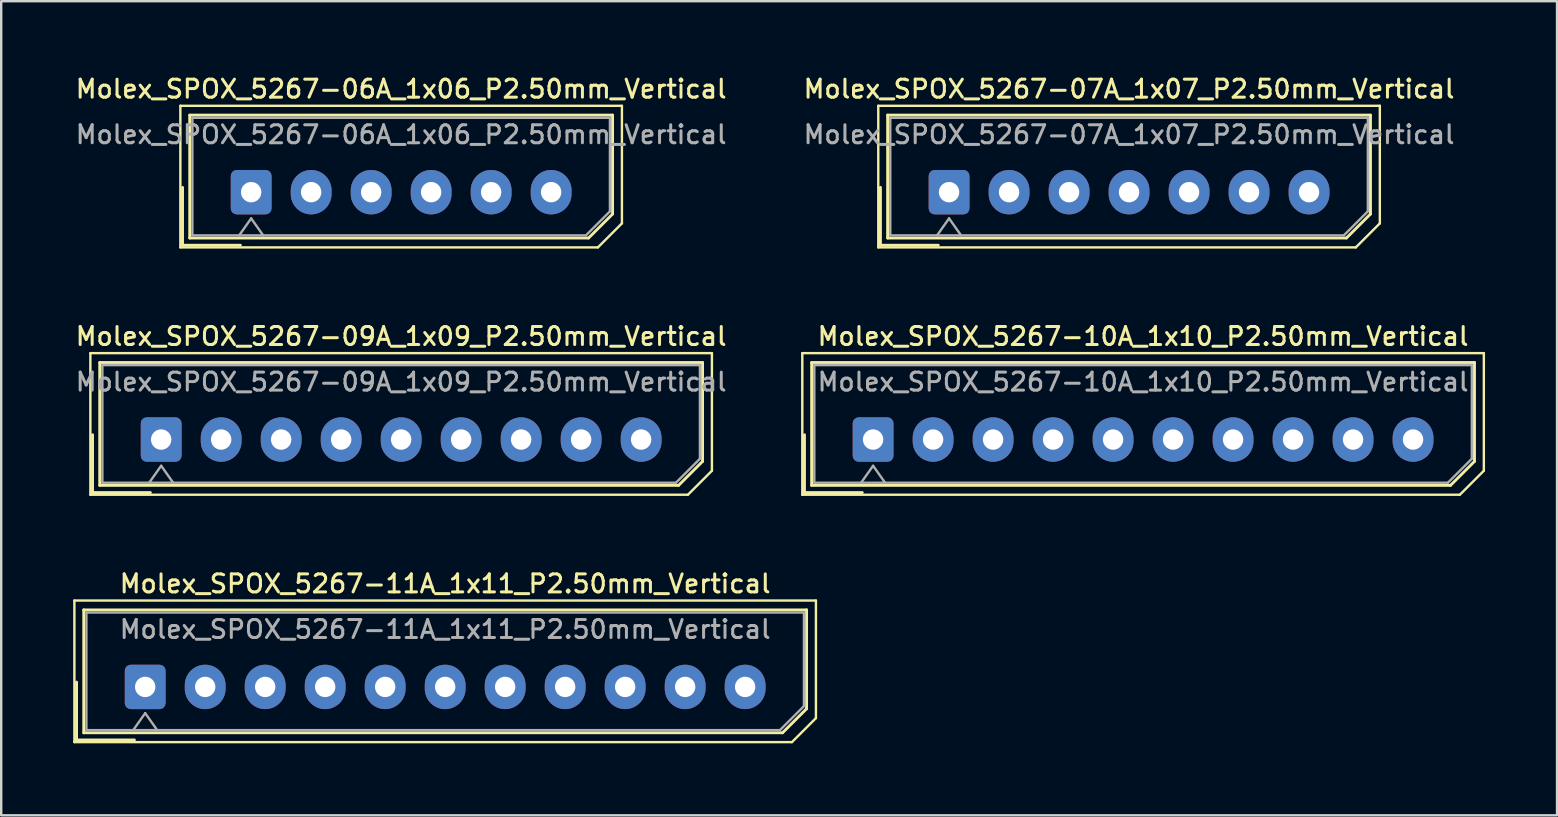
<source format=kicad_pcb>
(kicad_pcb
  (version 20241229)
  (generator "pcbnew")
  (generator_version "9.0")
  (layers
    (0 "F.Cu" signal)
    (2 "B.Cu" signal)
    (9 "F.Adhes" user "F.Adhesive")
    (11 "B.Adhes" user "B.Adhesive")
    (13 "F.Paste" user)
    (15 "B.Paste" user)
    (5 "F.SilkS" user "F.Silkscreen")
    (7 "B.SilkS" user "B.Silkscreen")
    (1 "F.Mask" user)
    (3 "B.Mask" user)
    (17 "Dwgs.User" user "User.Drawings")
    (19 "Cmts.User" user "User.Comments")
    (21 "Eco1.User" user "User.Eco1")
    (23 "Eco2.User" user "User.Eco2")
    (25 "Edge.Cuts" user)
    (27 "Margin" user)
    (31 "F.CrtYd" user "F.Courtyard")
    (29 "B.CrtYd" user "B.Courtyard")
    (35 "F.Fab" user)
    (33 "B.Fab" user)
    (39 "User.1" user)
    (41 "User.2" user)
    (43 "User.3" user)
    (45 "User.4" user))
  (footprint "Molex_SPOX_5267-07A_1x07_P2.50mm_Vertical"
    (layer "F.Cu")
    (at 36.498 4.958)
    (property "Reference" "Molex_SPOX_5267-07A_1x07_P2.50mm_Vertical" (at 7.5 -4.3 0) (layer "F.SilkS") (effects (font (size 0.75 0.75) (thickness 0.125))))
    (attr through_hole)
    (fp_line (start -2.95 -3.6) (end -2.95 2.3) (stroke (width 0.1) (type solid)) (layer "F.SilkS"))
    (fp_line (start -2.95 2.3) (end 16.95 2.3) (stroke (width 0.1) (type solid)) (layer "F.SilkS"))
    (fp_line (start -2.86 -0.2) (end -2.86 2.21) (stroke (width 0.12) (type solid)) (layer "F.SilkS"))
    (fp_line (start -2.86 2.21) (end -0.45 2.21) (stroke (width 0.12) (type solid)) (layer "F.SilkS"))
    (fp_line (start -2.56 -3.21) (end -2.56 1.91) (stroke (width 0.12) (type solid)) (layer "F.SilkS"))
    (fp_line (start -2.56 1.91) (end 16.56 1.91) (stroke (width 0.12) (type solid)) (layer "F.SilkS"))
    (fp_line (start 16.56 1.91) (end 17.56 0.91) (stroke (width 0.12) (type solid)) (layer "F.SilkS"))
    (fp_line (start 16.95 2.3) (end 17.95 1.3) (stroke (width 0.1) (type solid)) (layer "F.SilkS"))
    (fp_line (start 17.56 -3.21) (end -2.56 -3.21) (stroke (width 0.12) (type solid)) (layer "F.SilkS"))
    (fp_line (start 17.56 0.91) (end 17.56 -3.21) (stroke (width 0.12) (type solid)) (layer "F.SilkS"))
    (fp_line (start 17.95 -3.6) (end -2.95 -3.6) (stroke (width 0.1) (type solid)) (layer "F.SilkS"))
    (fp_line (start 17.95 1.3) (end 17.95 -3.6) (stroke (width 0.1) (type solid)) (layer "F.SilkS"))
    (fp_line (start -2.45 -3.1) (end -2.45 1.8) (stroke (width 0.1) (type solid)) (layer "F.Fab"))
    (fp_line (start -2.45 1.8) (end 16.45 1.8) (stroke (width 0.1) (type solid)) (layer "F.Fab"))
    (fp_line (start -0.5 1.8) (end 0 1.093) (stroke (width 0.1) (type solid)) (layer "F.Fab"))
    (fp_line (start 0 1.093) (end 0.5 1.8) (stroke (width 0.1) (type solid)) (layer "F.Fab"))
    (fp_line (start 16.45 1.8) (end 17.45 0.8) (stroke (width 0.1) (type solid)) (layer "F.Fab"))
    (fp_line (start 17.45 -3.1) (end -2.45 -3.1) (stroke (width 0.1) (type solid)) (layer "F.Fab"))
    (fp_line (start 17.45 0.8) (end 17.45 -3.1) (stroke (width 0.1) (type solid)) (layer "F.Fab"))
    (fp_text user "${REFERENCE}" (at 7.5 -2.4 0) (layer "F.Fab") (effects (font (size 0.75 0.75) (thickness 0.125))))
    (pad "1" thru_hole roundrect (at 0 0) (size 1.7 1.85) (drill 0.85) (layers "*.Cu" "*.Mask") (roundrect_rratio 0.147))
    (pad "2" thru_hole oval (at 2.5 0) (size 1.7 1.85) (drill 0.85) (layers "*.Cu" "*.Mask"))
    (pad "3" thru_hole oval (at 5 0) (size 1.7 1.85) (drill 0.85) (layers "*.Cu" "*.Mask"))
    (pad "4" thru_hole oval (at 7.5 0) (size 1.7 1.85) (drill 0.85) (layers "*.Cu" "*.Mask"))
    (pad "5" thru_hole oval (at 10 0) (size 1.7 1.85) (drill 0.85) (layers "*.Cu" "*.Mask"))
    (pad "6" thru_hole oval (at 12.5 0) (size 1.7 1.85) (drill 0.85) (layers "*.Cu" "*.Mask"))
    (pad "7" thru_hole oval (at 15 0) (size 1.7 1.85) (drill 0.85) (layers "*.Cu" "*.Mask")))
  (footprint "Molex_SPOX_5267-11A_1x11_P2.50mm_Vertical"
    (layer "F.Cu")
    (at 3 25.574)
    (property "Reference" "Molex_SPOX_5267-11A_1x11_P2.50mm_Vertical" (at 12.5 -4.3 0) (layer "F.SilkS") (effects (font (size 0.75 0.75) (thickness 0.125))))
    (attr through_hole)
    (fp_line (start -2.95 -3.6) (end -2.95 2.3) (stroke (width 0.1) (type solid)) (layer "F.SilkS"))
    (fp_line (start -2.95 2.3) (end 26.95 2.3) (stroke (width 0.1) (type solid)) (layer "F.SilkS"))
    (fp_line (start -2.86 -0.2) (end -2.86 2.21) (stroke (width 0.12) (type solid)) (layer "F.SilkS"))
    (fp_line (start -2.86 2.21) (end -0.45 2.21) (stroke (width 0.12) (type solid)) (layer "F.SilkS"))
    (fp_line (start -2.56 -3.21) (end -2.56 1.91) (stroke (width 0.12) (type solid)) (layer "F.SilkS"))
    (fp_line (start -2.56 1.91) (end 26.56 1.91) (stroke (width 0.12) (type solid)) (layer "F.SilkS"))
    (fp_line (start 26.56 1.91) (end 27.56 0.91) (stroke (width 0.12) (type solid)) (layer "F.SilkS"))
    (fp_line (start 26.95 2.3) (end 27.95 1.3) (stroke (width 0.1) (type solid)) (layer "F.SilkS"))
    (fp_line (start 27.56 -3.21) (end -2.56 -3.21) (stroke (width 0.12) (type solid)) (layer "F.SilkS"))
    (fp_line (start 27.56 0.91) (end 27.56 -3.21) (stroke (width 0.12) (type solid)) (layer "F.SilkS"))
    (fp_line (start 27.95 -3.6) (end -2.95 -3.6) (stroke (width 0.1) (type solid)) (layer "F.SilkS"))
    (fp_line (start 27.95 1.3) (end 27.95 -3.6) (stroke (width 0.1) (type solid)) (layer "F.SilkS"))
    (fp_line (start -2.45 -3.1) (end -2.45 1.8) (stroke (width 0.1) (type solid)) (layer "F.Fab"))
    (fp_line (start -2.45 1.8) (end 26.45 1.8) (stroke (width 0.1) (type solid)) (layer "F.Fab"))
    (fp_line (start -0.5 1.8) (end 0 1.093) (stroke (width 0.1) (type solid)) (layer "F.Fab"))
    (fp_line (start 0 1.093) (end 0.5 1.8) (stroke (width 0.1) (type solid)) (layer "F.Fab"))
    (fp_line (start 26.45 1.8) (end 27.45 0.8) (stroke (width 0.1) (type solid)) (layer "F.Fab"))
    (fp_line (start 27.45 -3.1) (end -2.45 -3.1) (stroke (width 0.1) (type solid)) (layer "F.Fab"))
    (fp_line (start 27.45 0.8) (end 27.45 -3.1) (stroke (width 0.1) (type solid)) (layer "F.Fab"))
    (fp_text user "${REFERENCE}" (at 12.5 -2.4 0) (layer "F.Fab") (effects (font (size 0.75 0.75) (thickness 0.125))))
    (pad "1" thru_hole roundrect (at 0 0) (size 1.7 1.85) (drill 0.85) (layers "*.Cu" "*.Mask") (roundrect_rratio 0.147))
    (pad "2" thru_hole oval (at 2.5 0) (size 1.7 1.85) (drill 0.85) (layers "*.Cu" "*.Mask"))
    (pad "3" thru_hole oval (at 5 0) (size 1.7 1.85) (drill 0.85) (layers "*.Cu" "*.Mask"))
    (pad "4" thru_hole oval (at 7.5 0) (size 1.7 1.85) (drill 0.85) (layers "*.Cu" "*.Mask"))
    (pad "5" thru_hole oval (at 10 0) (size 1.7 1.85) (drill 0.85) (layers "*.Cu" "*.Mask"))
    (pad "6" thru_hole oval (at 12.5 0) (size 1.7 1.85) (drill 0.85) (layers "*.Cu" "*.Mask"))
    (pad "7" thru_hole oval (at 15 0) (size 1.7 1.85) (drill 0.85) (layers "*.Cu" "*.Mask"))
    (pad "8" thru_hole oval (at 17.5 0) (size 1.7 1.85) (drill 0.85) (layers "*.Cu" "*.Mask"))
    (pad "9" thru_hole oval (at 20 0) (size 1.7 1.85) (drill 0.85) (layers "*.Cu" "*.Mask"))
    (pad "10" thru_hole oval (at 22.5 0) (size 1.7 1.85) (drill 0.85) (layers "*.Cu" "*.Mask"))
    (pad "11" thru_hole oval (at 25 0) (size 1.7 1.85) (drill 0.85) (layers "*.Cu" "*.Mask")))
  (footprint "Molex_SPOX_5267-06A_1x06_P2.50mm_Vertical"
    (layer "F.Cu")
    (at 7.416 4.958)
    (property "Reference" "Molex_SPOX_5267-06A_1x06_P2.50mm_Vertical" (at 6.25 -4.3 0) (layer "F.SilkS") (effects (font (size 0.75 0.75) (thickness 0.125))))
    (attr through_hole)
    (fp_line (start -2.95 -3.6) (end -2.95 2.3) (stroke (width 0.1) (type solid)) (layer "F.SilkS"))
    (fp_line (start -2.95 2.3) (end 14.45 2.3) (stroke (width 0.1) (type solid)) (layer "F.SilkS"))
    (fp_line (start -2.86 -0.2) (end -2.86 2.21) (stroke (width 0.12) (type solid)) (layer "F.SilkS"))
    (fp_line (start -2.86 2.21) (end -0.45 2.21) (stroke (width 0.12) (type solid)) (layer "F.SilkS"))
    (fp_line (start -2.56 -3.21) (end -2.56 1.91) (stroke (width 0.12) (type solid)) (layer "F.SilkS"))
    (fp_line (start -2.56 1.91) (end 14.06 1.91) (stroke (width 0.12) (type solid)) (layer "F.SilkS"))
    (fp_line (start 14.06 1.91) (end 15.06 0.91) (stroke (width 0.12) (type solid)) (layer "F.SilkS"))
    (fp_line (start 14.45 2.3) (end 15.45 1.3) (stroke (width 0.1) (type solid)) (layer "F.SilkS"))
    (fp_line (start 15.06 -3.21) (end -2.56 -3.21) (stroke (width 0.12) (type solid)) (layer "F.SilkS"))
    (fp_line (start 15.06 0.91) (end 15.06 -3.21) (stroke (width 0.12) (type solid)) (layer "F.SilkS"))
    (fp_line (start 15.45 -3.6) (end -2.95 -3.6) (stroke (width 0.1) (type solid)) (layer "F.SilkS"))
    (fp_line (start 15.45 1.3) (end 15.45 -3.6) (stroke (width 0.1) (type solid)) (layer "F.SilkS"))
    (fp_line (start -2.45 -3.1) (end -2.45 1.8) (stroke (width 0.1) (type solid)) (layer "F.Fab"))
    (fp_line (start -2.45 1.8) (end 13.95 1.8) (stroke (width 0.1) (type solid)) (layer "F.Fab"))
    (fp_line (start -0.5 1.8) (end 0 1.093) (stroke (width 0.1) (type solid)) (layer "F.Fab"))
    (fp_line (start 0 1.093) (end 0.5 1.8) (stroke (width 0.1) (type solid)) (layer "F.Fab"))
    (fp_line (start 13.95 1.8) (end 14.95 0.8) (stroke (width 0.1) (type solid)) (layer "F.Fab"))
    (fp_line (start 14.95 -3.1) (end -2.45 -3.1) (stroke (width 0.1) (type solid)) (layer "F.Fab"))
    (fp_line (start 14.95 0.8) (end 14.95 -3.1) (stroke (width 0.1) (type solid)) (layer "F.Fab"))
    (fp_text user "${REFERENCE}" (at 6.25 -2.4 0) (layer "F.Fab") (effects (font (size 0.75 0.75) (thickness 0.125))))
    (pad "1" thru_hole roundrect (at 0 0) (size 1.7 1.85) (drill 0.85) (layers "*.Cu" "*.Mask") (roundrect_rratio 0.147))
    (pad "2" thru_hole oval (at 2.5 0) (size 1.7 1.85) (drill 0.85) (layers "*.Cu" "*.Mask"))
    (pad "3" thru_hole oval (at 5 0) (size 1.7 1.85) (drill 0.85) (layers "*.Cu" "*.Mask"))
    (pad "4" thru_hole oval (at 7.5 0) (size 1.7 1.85) (drill 0.85) (layers "*.Cu" "*.Mask"))
    (pad "5" thru_hole oval (at 10 0) (size 1.7 1.85) (drill 0.85) (layers "*.Cu" "*.Mask"))
    (pad "6" thru_hole oval (at 12.5 0) (size 1.7 1.85) (drill 0.85) (layers "*.Cu" "*.Mask")))
  (footprint "Molex_SPOX_5267-10A_1x10_P2.50mm_Vertical"
    (layer "F.Cu")
    (at 33.332 15.266)
    (property "Reference" "Molex_SPOX_5267-10A_1x10_P2.50mm_Vertical" (at 11.25 -4.3 0) (layer "F.SilkS") (effects (font (size 0.75 0.75) (thickness 0.125))))
    (attr through_hole)
    (fp_line (start -2.95 -3.6) (end -2.95 2.3) (stroke (width 0.1) (type solid)) (layer "F.SilkS"))
    (fp_line (start -2.95 2.3) (end 24.45 2.3) (stroke (width 0.1) (type solid)) (layer "F.SilkS"))
    (fp_line (start -2.86 -0.2) (end -2.86 2.21) (stroke (width 0.12) (type solid)) (layer "F.SilkS"))
    (fp_line (start -2.86 2.21) (end -0.45 2.21) (stroke (width 0.12) (type solid)) (layer "F.SilkS"))
    (fp_line (start -2.56 -3.21) (end -2.56 1.91) (stroke (width 0.12) (type solid)) (layer "F.SilkS"))
    (fp_line (start -2.56 1.91) (end 24.06 1.91) (stroke (width 0.12) (type solid)) (layer "F.SilkS"))
    (fp_line (start 24.06 1.91) (end 25.06 0.91) (stroke (width 0.12) (type solid)) (layer "F.SilkS"))
    (fp_line (start 24.45 2.3) (end 25.45 1.3) (stroke (width 0.1) (type solid)) (layer "F.SilkS"))
    (fp_line (start 25.06 -3.21) (end -2.56 -3.21) (stroke (width 0.12) (type solid)) (layer "F.SilkS"))
    (fp_line (start 25.06 0.91) (end 25.06 -3.21) (stroke (width 0.12) (type solid)) (layer "F.SilkS"))
    (fp_line (start 25.45 -3.6) (end -2.95 -3.6) (stroke (width 0.1) (type solid)) (layer "F.SilkS"))
    (fp_line (start 25.45 1.3) (end 25.45 -3.6) (stroke (width 0.1) (type solid)) (layer "F.SilkS"))
    (fp_line (start -2.45 -3.1) (end -2.45 1.8) (stroke (width 0.1) (type solid)) (layer "F.Fab"))
    (fp_line (start -2.45 1.8) (end 23.95 1.8) (stroke (width 0.1) (type solid)) (layer "F.Fab"))
    (fp_line (start -0.5 1.8) (end 0 1.093) (stroke (width 0.1) (type solid)) (layer "F.Fab"))
    (fp_line (start 0 1.093) (end 0.5 1.8) (stroke (width 0.1) (type solid)) (layer "F.Fab"))
    (fp_line (start 23.95 1.8) (end 24.95 0.8) (stroke (width 0.1) (type solid)) (layer "F.Fab"))
    (fp_line (start 24.95 -3.1) (end -2.45 -3.1) (stroke (width 0.1) (type solid)) (layer "F.Fab"))
    (fp_line (start 24.95 0.8) (end 24.95 -3.1) (stroke (width 0.1) (type solid)) (layer "F.Fab"))
    (fp_text user "${REFERENCE}" (at 11.25 -2.4 0) (layer "F.Fab") (effects (font (size 0.75 0.75) (thickness 0.125))))
    (pad "1" thru_hole roundrect (at 0 0) (size 1.7 1.85) (drill 0.85) (layers "*.Cu" "*.Mask") (roundrect_rratio 0.147))
    (pad "2" thru_hole oval (at 2.5 0) (size 1.7 1.85) (drill 0.85) (layers "*.Cu" "*.Mask"))
    (pad "3" thru_hole oval (at 5 0) (size 1.7 1.85) (drill 0.85) (layers "*.Cu" "*.Mask"))
    (pad "4" thru_hole oval (at 7.5 0) (size 1.7 1.85) (drill 0.85) (layers "*.Cu" "*.Mask"))
    (pad "5" thru_hole oval (at 10 0) (size 1.7 1.85) (drill 0.85) (layers "*.Cu" "*.Mask"))
    (pad "6" thru_hole oval (at 12.5 0) (size 1.7 1.85) (drill 0.85) (layers "*.Cu" "*.Mask"))
    (pad "7" thru_hole oval (at 15 0) (size 1.7 1.85) (drill 0.85) (layers "*.Cu" "*.Mask"))
    (pad "8" thru_hole oval (at 17.5 0) (size 1.7 1.85) (drill 0.85) (layers "*.Cu" "*.Mask"))
    (pad "9" thru_hole oval (at 20 0) (size 1.7 1.85) (drill 0.85) (layers "*.Cu" "*.Mask"))
    (pad "10" thru_hole oval (at 22.5 0) (size 1.7 1.85) (drill 0.85) (layers "*.Cu" "*.Mask")))
  (footprint "Molex_SPOX_5267-09A_1x09_P2.50mm_Vertical"
    (layer "F.Cu")
    (at 3.666 15.266)
    (property "Reference" "Molex_SPOX_5267-09A_1x09_P2.50mm_Vertical" (at 10 -4.3 0) (layer "F.SilkS") (effects (font (size 0.75 0.75) (thickness 0.125))))
    (attr through_hole)
    (fp_line (start -2.95 -3.6) (end -2.95 2.3) (stroke (width 0.1) (type solid)) (layer "F.SilkS"))
    (fp_line (start -2.95 2.3) (end 21.95 2.3) (stroke (width 0.1) (type solid)) (layer "F.SilkS"))
    (fp_line (start -2.86 -0.2) (end -2.86 2.21) (stroke (width 0.12) (type solid)) (layer "F.SilkS"))
    (fp_line (start -2.86 2.21) (end -0.45 2.21) (stroke (width 0.12) (type solid)) (layer "F.SilkS"))
    (fp_line (start -2.56 -3.21) (end -2.56 1.91) (stroke (width 0.12) (type solid)) (layer "F.SilkS"))
    (fp_line (start -2.56 1.91) (end 21.56 1.91) (stroke (width 0.12) (type solid)) (layer "F.SilkS"))
    (fp_line (start 21.56 1.91) (end 22.56 0.91) (stroke (width 0.12) (type solid)) (layer "F.SilkS"))
    (fp_line (start 21.95 2.3) (end 22.95 1.3) (stroke (width 0.1) (type solid)) (layer "F.SilkS"))
    (fp_line (start 22.56 -3.21) (end -2.56 -3.21) (stroke (width 0.12) (type solid)) (layer "F.SilkS"))
    (fp_line (start 22.56 0.91) (end 22.56 -3.21) (stroke (width 0.12) (type solid)) (layer "F.SilkS"))
    (fp_line (start 22.95 -3.6) (end -2.95 -3.6) (stroke (width 0.1) (type solid)) (layer "F.SilkS"))
    (fp_line (start 22.95 1.3) (end 22.95 -3.6) (stroke (width 0.1) (type solid)) (layer "F.SilkS"))
    (fp_line (start -2.45 -3.1) (end -2.45 1.8) (stroke (width 0.1) (type solid)) (layer "F.Fab"))
    (fp_line (start -2.45 1.8) (end 21.45 1.8) (stroke (width 0.1) (type solid)) (layer "F.Fab"))
    (fp_line (start -0.5 1.8) (end 0 1.093) (stroke (width 0.1) (type solid)) (layer "F.Fab"))
    (fp_line (start 0 1.093) (end 0.5 1.8) (stroke (width 0.1) (type solid)) (layer "F.Fab"))
    (fp_line (start 21.45 1.8) (end 22.45 0.8) (stroke (width 0.1) (type solid)) (layer "F.Fab"))
    (fp_line (start 22.45 -3.1) (end -2.45 -3.1) (stroke (width 0.1) (type solid)) (layer "F.Fab"))
    (fp_line (start 22.45 0.8) (end 22.45 -3.1) (stroke (width 0.1) (type solid)) (layer "F.Fab"))
    (fp_text user "${REFERENCE}" (at 10 -2.4 0) (layer "F.Fab") (effects (font (size 0.75 0.75) (thickness 0.125))))
    (pad "1" thru_hole roundrect (at 0 0) (size 1.7 1.85) (drill 0.85) (layers "*.Cu" "*.Mask") (roundrect_rratio 0.147))
    (pad "2" thru_hole oval (at 2.5 0) (size 1.7 1.85) (drill 0.85) (layers "*.Cu" "*.Mask"))
    (pad "3" thru_hole oval (at 5 0) (size 1.7 1.85) (drill 0.85) (layers "*.Cu" "*.Mask"))
    (pad "4" thru_hole oval (at 7.5 0) (size 1.7 1.85) (drill 0.85) (layers "*.Cu" "*.Mask"))
    (pad "5" thru_hole oval (at 10 0) (size 1.7 1.85) (drill 0.85) (layers "*.Cu" "*.Mask"))
    (pad "6" thru_hole oval (at 12.5 0) (size 1.7 1.85) (drill 0.85) (layers "*.Cu" "*.Mask"))
    (pad "7" thru_hole oval (at 15 0) (size 1.7 1.85) (drill 0.85) (layers "*.Cu" "*.Mask"))
    (pad "8" thru_hole oval (at 17.5 0) (size 1.7 1.85) (drill 0.85) (layers "*.Cu" "*.Mask"))
    (pad "9" thru_hole oval (at 20 0) (size 1.7 1.85) (drill 0.85) (layers "*.Cu" "*.Mask")))
  (gr_rect
    (start -3 -3)
    (end 61.832 30.924)
    (stroke (width 0.1) (type default))
    (fill no)
    (layer "Edge.Cuts")))
</source>
